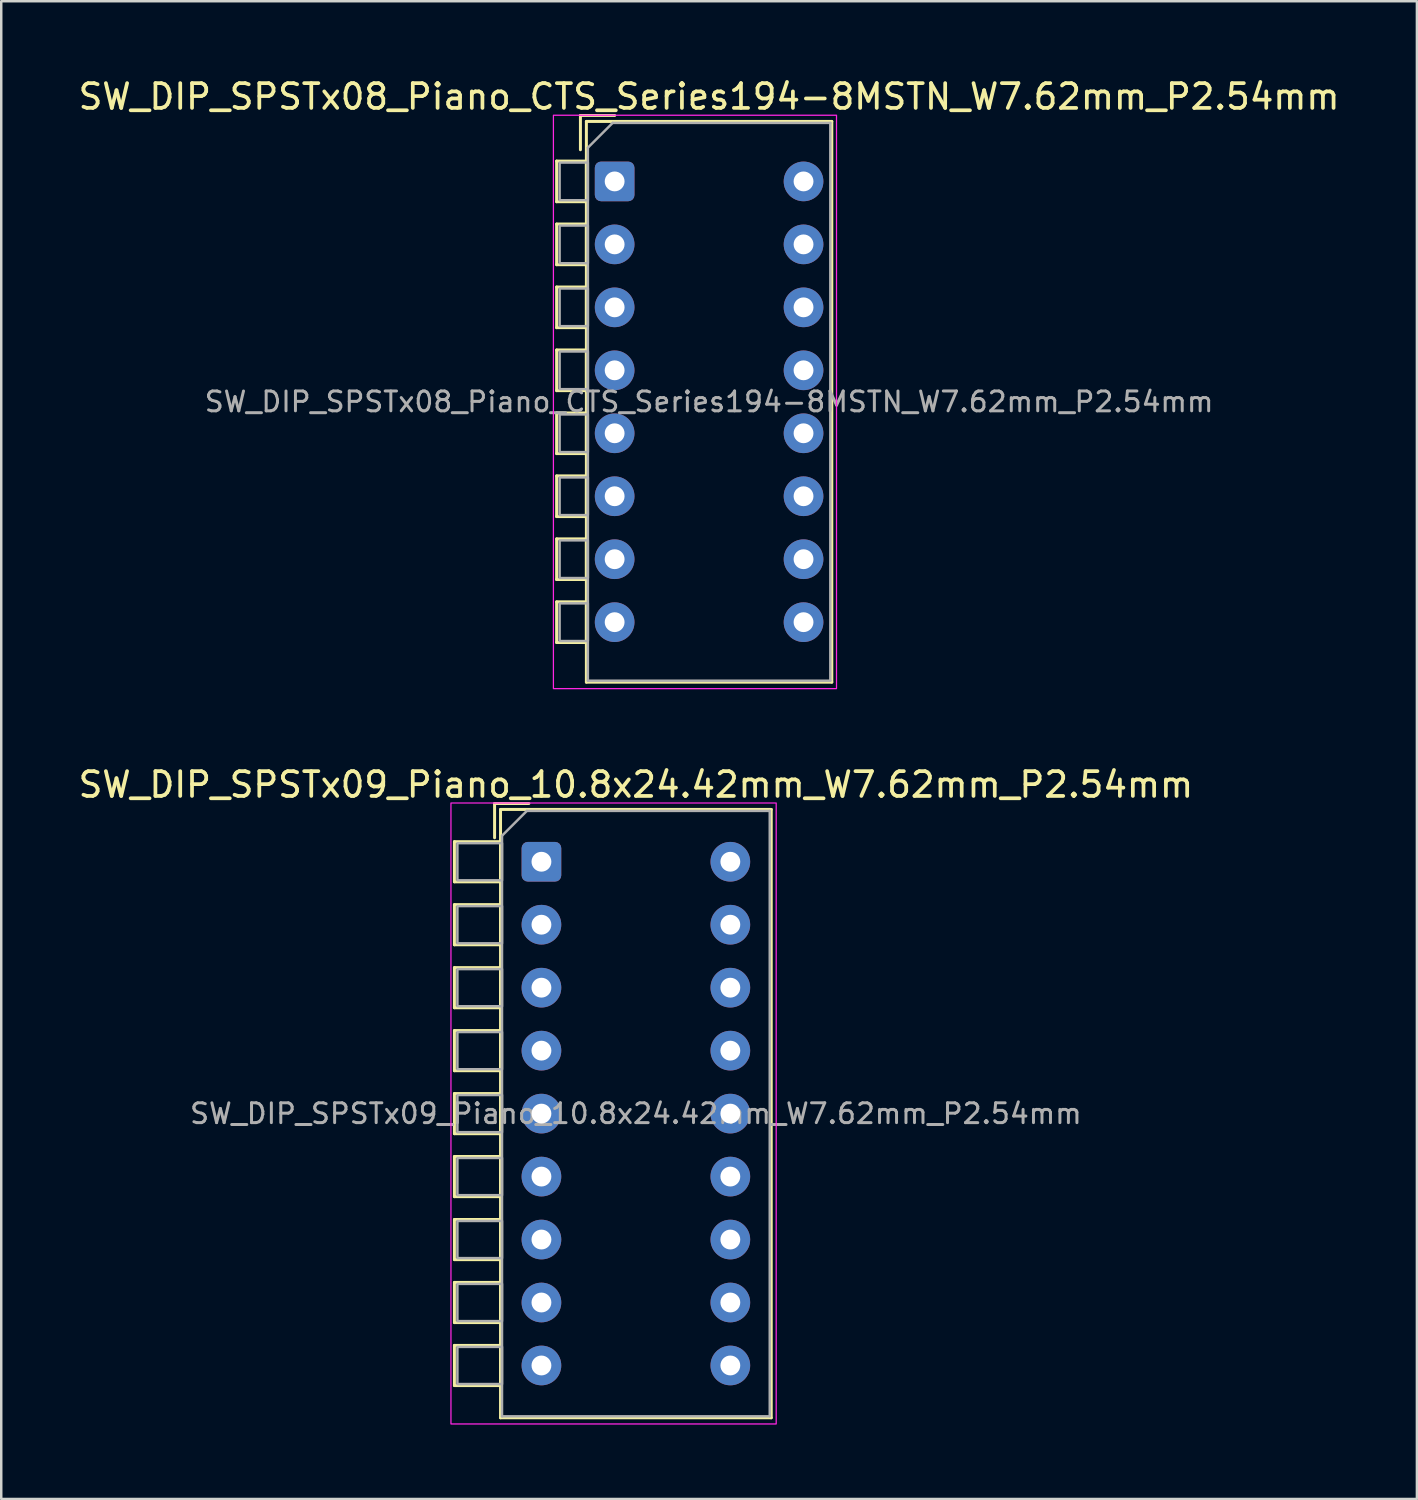
<source format=kicad_pcb>
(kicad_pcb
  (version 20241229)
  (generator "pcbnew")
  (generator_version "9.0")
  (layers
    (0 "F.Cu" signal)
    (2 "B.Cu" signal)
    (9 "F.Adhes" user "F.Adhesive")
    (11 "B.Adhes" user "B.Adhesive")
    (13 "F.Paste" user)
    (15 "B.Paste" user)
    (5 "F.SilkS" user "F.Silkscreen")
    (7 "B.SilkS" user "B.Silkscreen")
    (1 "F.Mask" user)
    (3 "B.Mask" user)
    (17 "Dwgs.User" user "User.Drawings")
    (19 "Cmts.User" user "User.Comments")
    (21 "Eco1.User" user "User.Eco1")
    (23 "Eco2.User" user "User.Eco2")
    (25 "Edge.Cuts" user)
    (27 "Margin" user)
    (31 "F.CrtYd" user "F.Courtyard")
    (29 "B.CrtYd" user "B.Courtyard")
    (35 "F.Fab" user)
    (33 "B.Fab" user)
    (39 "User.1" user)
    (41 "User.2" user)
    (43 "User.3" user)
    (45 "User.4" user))
  (footprint "SW_DIP_SPSTx09_Piano_10.8x24.42mm_W7.62mm_P2.54mm"
    (layer "F.Cu")
    (at 18.791 31.712)
    (property "Reference" "SW_DIP_SPSTx09_Piano_10.8x24.42mm_W7.62mm_P2.54mm" (at 3.81 -3.11 0) (layer "F.SilkS") (effects (font (size 1 1) (thickness 0.15))))
    (attr through_hole)
    (fp_line (start -3.51 -0.81) (end -3.51 0.81) (stroke (width 0.12) (type solid)) (layer "F.SilkS"))
    (fp_line (start -3.51 -0.81) (end -1.65 -0.81) (stroke (width 0.12) (type solid)) (layer "F.SilkS"))
    (fp_line (start -3.51 0.81) (end -1.65 0.81) (stroke (width 0.12) (type solid)) (layer "F.SilkS"))
    (fp_line (start -3.51 1.73) (end -3.51 3.35) (stroke (width 0.12) (type solid)) (layer "F.SilkS"))
    (fp_line (start -3.51 1.73) (end -1.65 1.73) (stroke (width 0.12) (type solid)) (layer "F.SilkS"))
    (fp_line (start -3.51 3.35) (end -1.65 3.35) (stroke (width 0.12) (type solid)) (layer "F.SilkS"))
    (fp_line (start -3.51 4.27) (end -3.51 5.89) (stroke (width 0.12) (type solid)) (layer "F.SilkS"))
    (fp_line (start -3.51 4.27) (end -1.65 4.27) (stroke (width 0.12) (type solid)) (layer "F.SilkS"))
    (fp_line (start -3.51 5.89) (end -1.65 5.89) (stroke (width 0.12) (type solid)) (layer "F.SilkS"))
    (fp_line (start -3.51 6.81) (end -3.51 8.43) (stroke (width 0.12) (type solid)) (layer "F.SilkS"))
    (fp_line (start -3.51 6.81) (end -1.65 6.81) (stroke (width 0.12) (type solid)) (layer "F.SilkS"))
    (fp_line (start -3.51 8.43) (end -1.65 8.43) (stroke (width 0.12) (type solid)) (layer "F.SilkS"))
    (fp_line (start -3.51 9.35) (end -3.51 10.97) (stroke (width 0.12) (type solid)) (layer "F.SilkS"))
    (fp_line (start -3.51 9.35) (end -1.65 9.35) (stroke (width 0.12) (type solid)) (layer "F.SilkS"))
    (fp_line (start -3.51 10.97) (end -1.65 10.97) (stroke (width 0.12) (type solid)) (layer "F.SilkS"))
    (fp_line (start -3.51 11.89) (end -3.51 13.51) (stroke (width 0.12) (type solid)) (layer "F.SilkS"))
    (fp_line (start -3.51 11.89) (end -1.65 11.89) (stroke (width 0.12) (type solid)) (layer "F.SilkS"))
    (fp_line (start -3.51 13.51) (end -1.65 13.51) (stroke (width 0.12) (type solid)) (layer "F.SilkS"))
    (fp_line (start -3.51 14.43) (end -3.51 16.05) (stroke (width 0.12) (type solid)) (layer "F.SilkS"))
    (fp_line (start -3.51 14.43) (end -1.65 14.43) (stroke (width 0.12) (type solid)) (layer "F.SilkS"))
    (fp_line (start -3.51 16.05) (end -1.65 16.05) (stroke (width 0.12) (type solid)) (layer "F.SilkS"))
    (fp_line (start -3.51 16.97) (end -3.51 18.59) (stroke (width 0.12) (type solid)) (layer "F.SilkS"))
    (fp_line (start -3.51 16.97) (end -1.65 16.97) (stroke (width 0.12) (type solid)) (layer "F.SilkS"))
    (fp_line (start -3.51 18.59) (end -1.65 18.59) (stroke (width 0.12) (type solid)) (layer "F.SilkS"))
    (fp_line (start -3.51 19.51) (end -3.51 21.13) (stroke (width 0.12) (type solid)) (layer "F.SilkS"))
    (fp_line (start -3.51 19.51) (end -1.65 19.51) (stroke (width 0.12) (type solid)) (layer "F.SilkS"))
    (fp_line (start -3.51 21.13) (end -1.65 21.13) (stroke (width 0.12) (type solid)) (layer "F.SilkS"))
    (fp_line (start -1.89 -2.35) (end -1.89 -0.967) (stroke (width 0.12) (type solid)) (layer "F.SilkS"))
    (fp_line (start -1.89 -2.35) (end -0.507 -2.35) (stroke (width 0.12) (type solid)) (layer "F.SilkS"))
    (fp_line (start -1.65 -2.11) (end -1.65 22.43) (stroke (width 0.12) (type solid)) (layer "F.SilkS"))
    (fp_line (start -1.65 -2.11) (end 9.27 -2.11) (stroke (width 0.12) (type solid)) (layer "F.SilkS"))
    (fp_line (start -1.65 -0.81) (end -1.65 0.81) (stroke (width 0.12) (type solid)) (layer "F.SilkS"))
    (fp_line (start -1.65 1.73) (end -1.65 3.35) (stroke (width 0.12) (type solid)) (layer "F.SilkS"))
    (fp_line (start -1.65 4.27) (end -1.65 5.89) (stroke (width 0.12) (type solid)) (layer "F.SilkS"))
    (fp_line (start -1.65 6.81) (end -1.65 8.43) (stroke (width 0.12) (type solid)) (layer "F.SilkS"))
    (fp_line (start -1.65 9.35) (end -1.65 10.97) (stroke (width 0.12) (type solid)) (layer "F.SilkS"))
    (fp_line (start -1.65 11.89) (end -1.65 13.51) (stroke (width 0.12) (type solid)) (layer "F.SilkS"))
    (fp_line (start -1.65 14.43) (end -1.65 16.05) (stroke (width 0.12) (type solid)) (layer "F.SilkS"))
    (fp_line (start -1.65 16.97) (end -1.65 18.59) (stroke (width 0.12) (type solid)) (layer "F.SilkS"))
    (fp_line (start -1.65 19.51) (end -1.65 21.13) (stroke (width 0.12) (type solid)) (layer "F.SilkS"))
    (fp_line (start -1.65 22.43) (end 9.27 22.43) (stroke (width 0.12) (type solid)) (layer "F.SilkS"))
    (fp_line (start 9.27 -2.11) (end 9.27 22.43) (stroke (width 0.12) (type solid)) (layer "F.SilkS"))
    (fp_rect (start -3.65 -2.37) (end 9.47 22.68) (stroke (width 0.05) (type solid)) (fill no) (layer "F.CrtYd"))
    (fp_line (start -1.59 -1.05) (end -0.59 -2.05) (stroke (width 0.1) (type solid)) (layer "F.Fab"))
    (fp_line (start -1.59 22.37) (end -1.59 -1.05) (stroke (width 0.1) (type solid)) (layer "F.Fab"))
    (fp_line (start -0.59 -2.05) (end 9.21 -2.05) (stroke (width 0.1) (type solid)) (layer "F.Fab"))
    (fp_line (start 9.21 -2.05) (end 9.21 22.37) (stroke (width 0.1) (type solid)) (layer "F.Fab"))
    (fp_line (start 9.21 22.37) (end -1.59 22.37) (stroke (width 0.1) (type solid)) (layer "F.Fab"))
    (fp_rect (start -1.59 -0.75) (end -3.39 0.75) (stroke (width 0.1) (type solid)) (fill no) (layer "F.Fab"))
    (fp_rect (start -1.59 1.79) (end -3.39 3.29) (stroke (width 0.1) (type solid)) (fill no) (layer "F.Fab"))
    (fp_rect (start -1.59 4.33) (end -3.39 5.83) (stroke (width 0.1) (type solid)) (fill no) (layer "F.Fab"))
    (fp_rect (start -1.59 6.87) (end -3.39 8.37) (stroke (width 0.1) (type solid)) (fill no) (layer "F.Fab"))
    (fp_rect (start -1.59 9.41) (end -3.39 10.91) (stroke (width 0.1) (type solid)) (fill no) (layer "F.Fab"))
    (fp_rect (start -1.59 11.95) (end -3.39 13.45) (stroke (width 0.1) (type solid)) (fill no) (layer "F.Fab"))
    (fp_rect (start -1.59 14.49) (end -3.39 15.99) (stroke (width 0.1) (type solid)) (fill no) (layer "F.Fab"))
    (fp_rect (start -1.59 17.03) (end -3.39 18.53) (stroke (width 0.1) (type solid)) (fill no) (layer "F.Fab"))
    (fp_rect (start -1.59 19.57) (end -3.39 21.07) (stroke (width 0.1) (type solid)) (fill no) (layer "F.Fab"))
    (fp_text user "${REFERENCE}" (at 3.81 10.16 0) (layer "F.Fab") (effects (font (size 0.8 0.8) (thickness 0.12))))
    (pad "1" thru_hole roundrect (at 0 0) (size 1.6 1.6) (drill 0.8) (layers "*.Cu" "*.Mask") (roundrect_rratio 0.156))
    (pad "2" thru_hole circle (at 0 2.54) (size 1.6 1.6) (drill 0.8) (layers "*.Cu" "*.Mask"))
    (pad "3" thru_hole circle (at 0 5.08) (size 1.6 1.6) (drill 0.8) (layers "*.Cu" "*.Mask"))
    (pad "4" thru_hole circle (at 0 7.62) (size 1.6 1.6) (drill 0.8) (layers "*.Cu" "*.Mask"))
    (pad "5" thru_hole circle (at 0 10.16) (size 1.6 1.6) (drill 0.8) (layers "*.Cu" "*.Mask"))
    (pad "6" thru_hole circle (at 0 12.7) (size 1.6 1.6) (drill 0.8) (layers "*.Cu" "*.Mask"))
    (pad "7" thru_hole circle (at 0 15.24) (size 1.6 1.6) (drill 0.8) (layers "*.Cu" "*.Mask"))
    (pad "8" thru_hole circle (at 0 17.78) (size 1.6 1.6) (drill 0.8) (layers "*.Cu" "*.Mask"))
    (pad "9" thru_hole circle (at 0 20.32) (size 1.6 1.6) (drill 0.8) (layers "*.Cu" "*.Mask"))
    (pad "10" thru_hole circle (at 7.62 20.32) (size 1.6 1.6) (drill 0.8) (layers "*.Cu" "*.Mask"))
    (pad "11" thru_hole circle (at 7.62 17.78) (size 1.6 1.6) (drill 0.8) (layers "*.Cu" "*.Mask"))
    (pad "12" thru_hole circle (at 7.62 15.24) (size 1.6 1.6) (drill 0.8) (layers "*.Cu" "*.Mask"))
    (pad "13" thru_hole circle (at 7.62 12.7) (size 1.6 1.6) (drill 0.8) (layers "*.Cu" "*.Mask"))
    (pad "14" thru_hole circle (at 7.62 10.16) (size 1.6 1.6) (drill 0.8) (layers "*.Cu" "*.Mask"))
    (pad "15" thru_hole circle (at 7.62 7.62) (size 1.6 1.6) (drill 0.8) (layers "*.Cu" "*.Mask"))
    (pad "16" thru_hole circle (at 7.62 5.08) (size 1.6 1.6) (drill 0.8) (layers "*.Cu" "*.Mask"))
    (pad "17" thru_hole circle (at 7.62 2.54) (size 1.6 1.6) (drill 0.8) (layers "*.Cu" "*.Mask"))
    (pad "18" thru_hole circle (at 7.62 0) (size 1.6 1.6) (drill 0.8) (layers "*.Cu" "*.Mask")))
  (footprint "SW_DIP_SPSTx08_Piano_CTS_Series194-8MSTN_W7.62mm_P2.54mm"
    (layer "F.Cu")
    (at 21.744 4.268)
    (property "Reference" "SW_DIP_SPSTx08_Piano_CTS_Series194-8MSTN_W7.62mm_P2.54mm" (at 3.81 -3.42 0) (layer "F.SilkS") (effects (font (size 1 1) (thickness 0.15))))
    (attr through_hole)
    (fp_line (start -2.34 -0.82) (end -2.34 0.82) (stroke (width 0.12) (type solid)) (layer "F.SilkS"))
    (fp_line (start -2.34 -0.82) (end -1.14 -0.82) (stroke (width 0.12) (type solid)) (layer "F.SilkS"))
    (fp_line (start -2.34 0.82) (end -1.14 0.82) (stroke (width 0.12) (type solid)) (layer "F.SilkS"))
    (fp_line (start -2.34 1.72) (end -2.34 3.36) (stroke (width 0.12) (type solid)) (layer "F.SilkS"))
    (fp_line (start -2.34 1.72) (end -1.14 1.72) (stroke (width 0.12) (type solid)) (layer "F.SilkS"))
    (fp_line (start -2.34 3.36) (end -1.14 3.36) (stroke (width 0.12) (type solid)) (layer "F.SilkS"))
    (fp_line (start -2.34 4.26) (end -2.34 5.9) (stroke (width 0.12) (type solid)) (layer "F.SilkS"))
    (fp_line (start -2.34 4.26) (end -1.14 4.26) (stroke (width 0.12) (type solid)) (layer "F.SilkS"))
    (fp_line (start -2.34 5.9) (end -1.14 5.9) (stroke (width 0.12) (type solid)) (layer "F.SilkS"))
    (fp_line (start -2.34 6.8) (end -2.34 8.44) (stroke (width 0.12) (type solid)) (layer "F.SilkS"))
    (fp_line (start -2.34 6.8) (end -1.14 6.8) (stroke (width 0.12) (type solid)) (layer "F.SilkS"))
    (fp_line (start -2.34 8.44) (end -1.14 8.44) (stroke (width 0.12) (type solid)) (layer "F.SilkS"))
    (fp_line (start -2.34 9.34) (end -2.34 10.98) (stroke (width 0.12) (type solid)) (layer "F.SilkS"))
    (fp_line (start -2.34 9.34) (end -1.14 9.34) (stroke (width 0.12) (type solid)) (layer "F.SilkS"))
    (fp_line (start -2.34 10.98) (end -1.14 10.98) (stroke (width 0.12) (type solid)) (layer "F.SilkS"))
    (fp_line (start -2.34 11.88) (end -2.34 13.52) (stroke (width 0.12) (type solid)) (layer "F.SilkS"))
    (fp_line (start -2.34 11.88) (end -1.14 11.88) (stroke (width 0.12) (type solid)) (layer "F.SilkS"))
    (fp_line (start -2.34 13.52) (end -1.14 13.52) (stroke (width 0.12) (type solid)) (layer "F.SilkS"))
    (fp_line (start -2.34 14.42) (end -2.34 16.06) (stroke (width 0.12) (type solid)) (layer "F.SilkS"))
    (fp_line (start -2.34 14.42) (end -1.14 14.42) (stroke (width 0.12) (type solid)) (layer "F.SilkS"))
    (fp_line (start -2.34 16.06) (end -1.14 16.06) (stroke (width 0.12) (type solid)) (layer "F.SilkS"))
    (fp_line (start -2.34 16.96) (end -2.34 18.6) (stroke (width 0.12) (type solid)) (layer "F.SilkS"))
    (fp_line (start -2.34 16.96) (end -1.14 16.96) (stroke (width 0.12) (type solid)) (layer "F.SilkS"))
    (fp_line (start -2.34 18.6) (end -1.14 18.6) (stroke (width 0.12) (type solid)) (layer "F.SilkS"))
    (fp_line (start -1.38 -2.66) (end -1.38 -1.277) (stroke (width 0.12) (type solid)) (layer "F.SilkS"))
    (fp_line (start -1.38 -2.66) (end 0.003 -2.66) (stroke (width 0.12) (type solid)) (layer "F.SilkS"))
    (fp_line (start -1.14 -2.42) (end -1.14 20.2) (stroke (width 0.12) (type solid)) (layer "F.SilkS"))
    (fp_line (start -1.14 -2.42) (end 8.76 -2.42) (stroke (width 0.12) (type solid)) (layer "F.SilkS"))
    (fp_line (start -1.14 -0.82) (end -1.14 0.82) (stroke (width 0.12) (type solid)) (layer "F.SilkS"))
    (fp_line (start -1.14 1.72) (end -1.14 3.36) (stroke (width 0.12) (type solid)) (layer "F.SilkS"))
    (fp_line (start -1.14 4.26) (end -1.14 5.9) (stroke (width 0.12) (type solid)) (layer "F.SilkS"))
    (fp_line (start -1.14 6.8) (end -1.14 8.44) (stroke (width 0.12) (type solid)) (layer "F.SilkS"))
    (fp_line (start -1.14 9.34) (end -1.14 10.98) (stroke (width 0.12) (type solid)) (layer "F.SilkS"))
    (fp_line (start -1.14 11.88) (end -1.14 13.52) (stroke (width 0.12) (type solid)) (layer "F.SilkS"))
    (fp_line (start -1.14 14.42) (end -1.14 16.06) (stroke (width 0.12) (type solid)) (layer "F.SilkS"))
    (fp_line (start -1.14 16.96) (end -1.14 18.6) (stroke (width 0.12) (type solid)) (layer "F.SilkS"))
    (fp_line (start -1.14 20.2) (end 8.76 20.2) (stroke (width 0.12) (type solid)) (layer "F.SilkS"))
    (fp_line (start 8.76 -2.42) (end 8.76 20.2) (stroke (width 0.12) (type solid)) (layer "F.SilkS"))
    (fp_rect (start -2.47 -2.67) (end 8.95 20.46) (stroke (width 0.05) (type solid)) (fill no) (layer "F.CrtYd"))
    (fp_line (start -1.08 -1.36) (end -0.08 -2.36) (stroke (width 0.1) (type solid)) (layer "F.Fab"))
    (fp_line (start -1.08 20.14) (end -1.08 -1.36) (stroke (width 0.1) (type solid)) (layer "F.Fab"))
    (fp_line (start -0.08 -2.36) (end 8.7 -2.36) (stroke (width 0.1) (type solid)) (layer "F.Fab"))
    (fp_line (start 8.7 -2.36) (end 8.7 20.14) (stroke (width 0.1) (type solid)) (layer "F.Fab"))
    (fp_line (start 8.7 20.14) (end -1.08 20.14) (stroke (width 0.1) (type solid)) (layer "F.Fab"))
    (fp_rect (start -1.08 -0.76) (end -2.22 0.76) (stroke (width 0.1) (type solid)) (fill no) (layer "F.Fab"))
    (fp_rect (start -1.08 1.78) (end -2.22 3.3) (stroke (width 0.1) (type solid)) (fill no) (layer "F.Fab"))
    (fp_rect (start -1.08 4.32) (end -2.22 5.84) (stroke (width 0.1) (type solid)) (fill no) (layer "F.Fab"))
    (fp_rect (start -1.08 6.86) (end -2.22 8.38) (stroke (width 0.1) (type solid)) (fill no) (layer "F.Fab"))
    (fp_rect (start -1.08 9.4) (end -2.22 10.92) (stroke (width 0.1) (type solid)) (fill no) (layer "F.Fab"))
    (fp_rect (start -1.08 11.94) (end -2.22 13.46) (stroke (width 0.1) (type solid)) (fill no) (layer "F.Fab"))
    (fp_rect (start -1.08 14.48) (end -2.22 16) (stroke (width 0.1) (type solid)) (fill no) (layer "F.Fab"))
    (fp_rect (start -1.08 17.02) (end -2.22 18.54) (stroke (width 0.1) (type solid)) (fill no) (layer "F.Fab"))
    (fp_text user "${REFERENCE}" (at 3.81 8.89 0) (layer "F.Fab") (effects (font (size 0.8 0.8) (thickness 0.12))))
    (pad "1" thru_hole roundrect (at 0 0) (size 1.6 1.6) (drill 0.8) (layers "*.Cu" "*.Mask") (roundrect_rratio 0.156))
    (pad "2" thru_hole circle (at 0 2.54) (size 1.6 1.6) (drill 0.8) (layers "*.Cu" "*.Mask"))
    (pad "3" thru_hole circle (at 0 5.08) (size 1.6 1.6) (drill 0.8) (layers "*.Cu" "*.Mask"))
    (pad "4" thru_hole circle (at 0 7.62) (size 1.6 1.6) (drill 0.8) (layers "*.Cu" "*.Mask"))
    (pad "5" thru_hole circle (at 0 10.16) (size 1.6 1.6) (drill 0.8) (layers "*.Cu" "*.Mask"))
    (pad "6" thru_hole circle (at 0 12.7) (size 1.6 1.6) (drill 0.8) (layers "*.Cu" "*.Mask"))
    (pad "7" thru_hole circle (at 0 15.24) (size 1.6 1.6) (drill 0.8) (layers "*.Cu" "*.Mask"))
    (pad "8" thru_hole circle (at 0 17.78) (size 1.6 1.6) (drill 0.8) (layers "*.Cu" "*.Mask"))
    (pad "9" thru_hole circle (at 7.62 17.78) (size 1.6 1.6) (drill 0.8) (layers "*.Cu" "*.Mask"))
    (pad "10" thru_hole circle (at 7.62 15.24) (size 1.6 1.6) (drill 0.8) (layers "*.Cu" "*.Mask"))
    (pad "11" thru_hole circle (at 7.62 12.7) (size 1.6 1.6) (drill 0.8) (layers "*.Cu" "*.Mask"))
    (pad "12" thru_hole circle (at 7.62 10.16) (size 1.6 1.6) (drill 0.8) (layers "*.Cu" "*.Mask"))
    (pad "13" thru_hole circle (at 7.62 7.62) (size 1.6 1.6) (drill 0.8) (layers "*.Cu" "*.Mask"))
    (pad "14" thru_hole circle (at 7.62 5.08) (size 1.6 1.6) (drill 0.8) (layers "*.Cu" "*.Mask"))
    (pad "15" thru_hole circle (at 7.62 2.54) (size 1.6 1.6) (drill 0.8) (layers "*.Cu" "*.Mask"))
    (pad "16" thru_hole circle (at 7.62 0) (size 1.6 1.6) (drill 0.8) (layers "*.Cu" "*.Mask")))
  (gr_rect
    (start -3 -3)
    (end 54.107 57.416)
    (stroke (width 0.1) (type default))
    (fill no)
    (layer "Edge.Cuts")))
</source>
